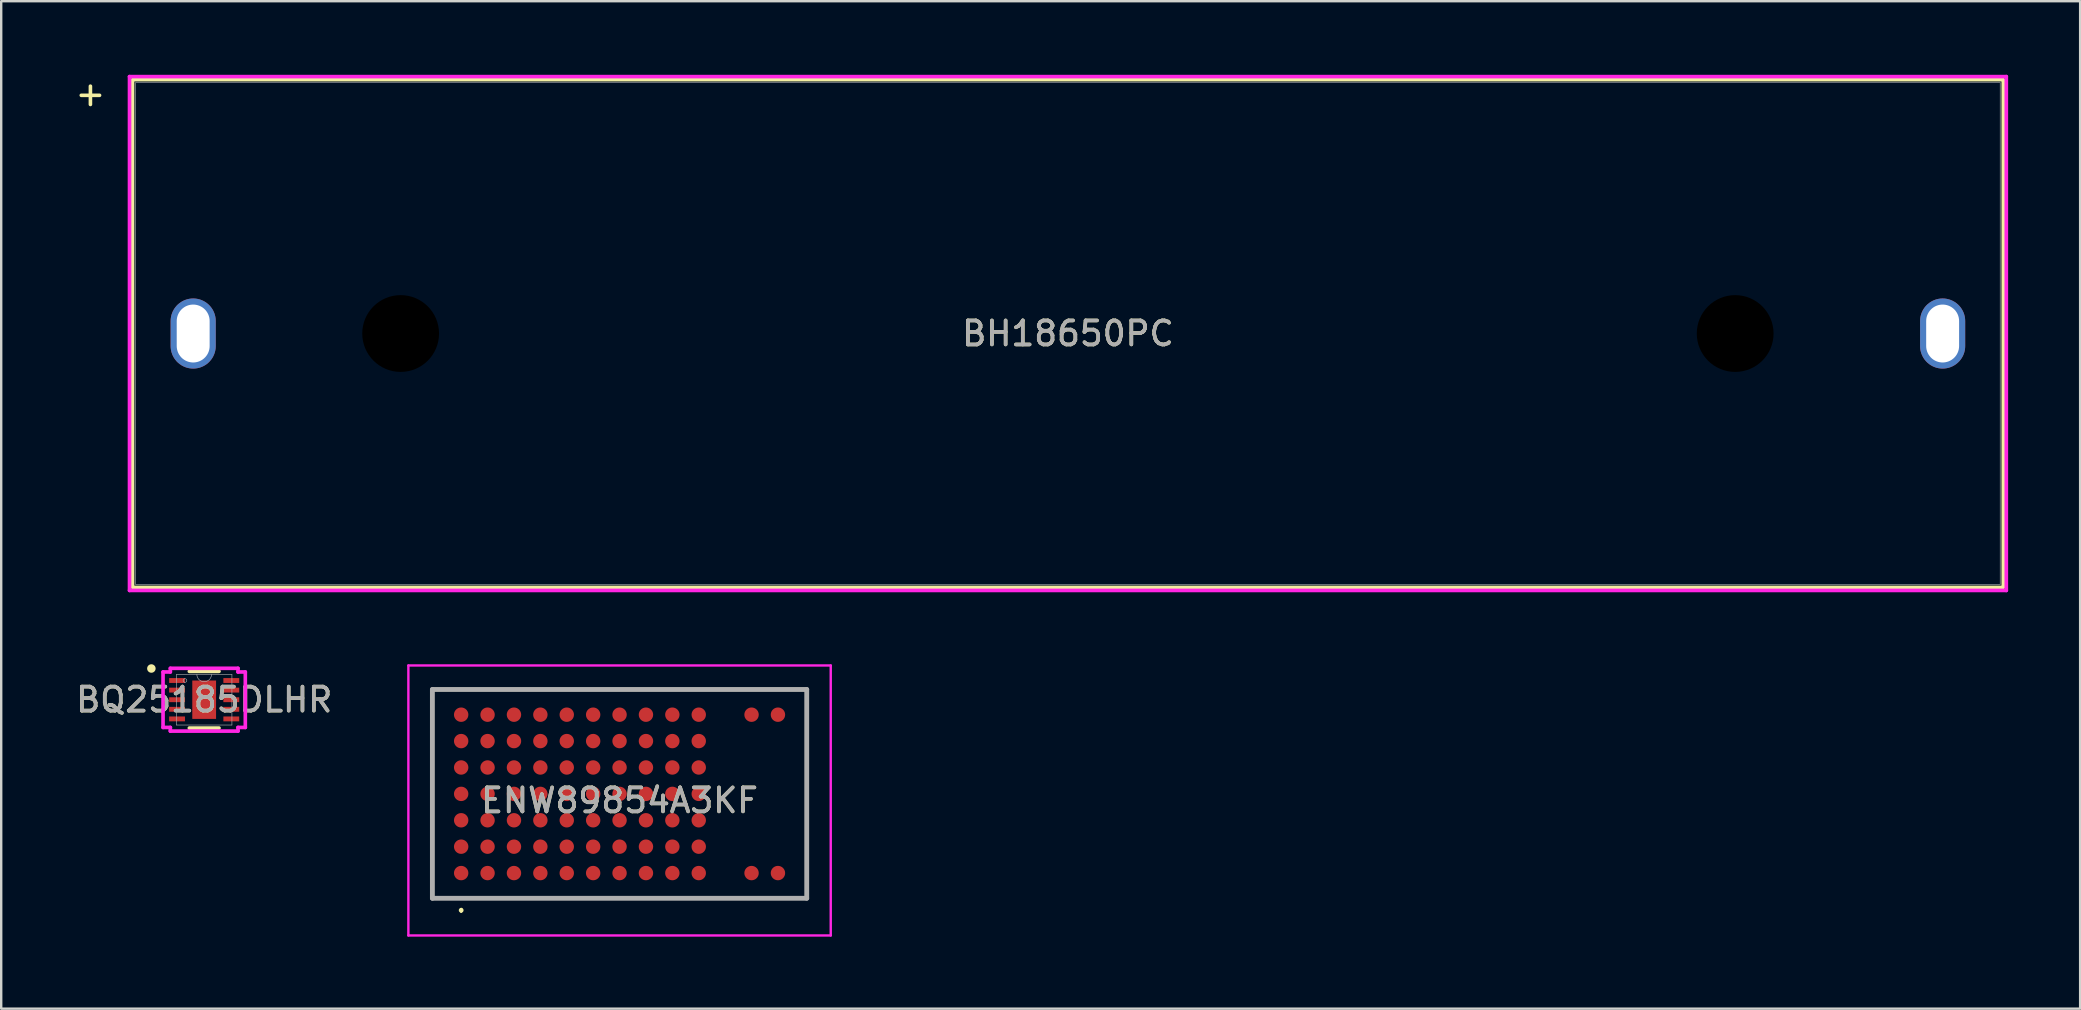
<source format=kicad_pcb>
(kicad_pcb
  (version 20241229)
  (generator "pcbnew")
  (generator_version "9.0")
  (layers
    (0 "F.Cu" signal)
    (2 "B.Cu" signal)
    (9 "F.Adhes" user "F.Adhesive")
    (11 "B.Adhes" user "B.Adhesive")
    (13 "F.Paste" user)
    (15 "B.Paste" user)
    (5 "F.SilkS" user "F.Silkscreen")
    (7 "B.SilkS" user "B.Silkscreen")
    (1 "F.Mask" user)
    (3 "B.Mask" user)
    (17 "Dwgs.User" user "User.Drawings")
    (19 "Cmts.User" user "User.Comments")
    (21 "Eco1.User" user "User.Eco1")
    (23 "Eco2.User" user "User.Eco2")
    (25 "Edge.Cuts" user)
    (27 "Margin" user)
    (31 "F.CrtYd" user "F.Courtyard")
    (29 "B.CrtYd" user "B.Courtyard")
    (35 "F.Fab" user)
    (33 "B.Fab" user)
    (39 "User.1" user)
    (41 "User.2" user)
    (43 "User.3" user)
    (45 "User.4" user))
  (footprint "ENW89854A3KF"
    (layer "F.Cu")
    (at 22.767 30.031)
    (property "Reference" "ENW89854A3KF" (at 0 0.275 0) (layer "F.SilkS") (effects (font (size 1 1) (thickness 0.15))))
    (attr smd)
    (fp_line (start -6.6 4.8) (end -6.6 4.8) (stroke (width 0.1) (type solid)) (layer "F.SilkS"))
    (fp_line (start -6.6 4.9) (end -6.6 4.9) (stroke (width 0.1) (type solid)) (layer "F.SilkS"))
    (fp_arc (start -6.6 4.8) (mid -6.55 4.85) (end -6.6 4.9) (stroke (width 0.1) (type solid)) (layer "F.SilkS"))
    (fp_arc (start -6.6 4.9) (mid -6.65 4.85) (end -6.6 4.8) (stroke (width 0.1) (type solid)) (layer "F.SilkS"))
    (fp_poly (pts (xy -7.8 -4.35) (xy -7.8 4.35) (xy 7.8 4.35) (xy 7.8 -4.35)) (stroke (width 0.15) (type solid)) (fill no) (layer "F.SilkS"))
    (fp_line (start -8.8 -5.35) (end 8.8 -5.35) (stroke (width 0.1) (type solid)) (layer "F.CrtYd"))
    (fp_line (start -8.8 5.9) (end -8.8 -5.35) (stroke (width 0.1) (type solid)) (layer "F.CrtYd"))
    (fp_line (start 8.8 -5.35) (end 8.8 5.9) (stroke (width 0.1) (type solid)) (layer "F.CrtYd"))
    (fp_line (start 8.8 5.9) (end -8.8 5.9) (stroke (width 0.1) (type solid)) (layer "F.CrtYd"))
    (fp_line (start -7.8 -4.35) (end 7.8 -4.35) (stroke (width 0.2) (type solid)) (layer "F.Fab"))
    (fp_line (start -7.8 4.35) (end -7.8 -4.35) (stroke (width 0.2) (type solid)) (layer "F.Fab"))
    (fp_line (start 7.8 -4.35) (end 7.8 4.35) (stroke (width 0.2) (type solid)) (layer "F.Fab"))
    (fp_line (start 7.8 4.35) (end -7.8 4.35) (stroke (width 0.2) (type solid)) (layer "F.Fab"))
    (fp_text user "${REFERENCE}" (at 0 0.275 0) (layer "F.Fab") (effects (font (size 1 1) (thickness 0.15))))
    (pad "A1" smd circle (at -6.6 3.3 90) (size 0.6 0.6) (layers "F.Cu" "F.Mask" "F.Paste"))
    (pad "A2" smd circle (at -5.5 3.3 90) (size 0.6 0.6) (layers "F.Cu" "F.Mask" "F.Paste"))
    (pad "A3" smd circle (at -4.4 3.3 90) (size 0.6 0.6) (layers "F.Cu" "F.Mask" "F.Paste"))
    (pad "A4" smd circle (at -3.3 3.3 90) (size 0.6 0.6) (layers "F.Cu" "F.Mask" "F.Paste"))
    (pad "A5" smd circle (at -2.2 3.3 90) (size 0.6 0.6) (layers "F.Cu" "F.Mask" "F.Paste"))
    (pad "A6" smd circle (at -1.1 3.3 90) (size 0.6 0.6) (layers "F.Cu" "F.Mask" "F.Paste"))
    (pad "A7" smd circle (at 0 3.3 90) (size 0.6 0.6) (layers "F.Cu" "F.Mask" "F.Paste"))
    (pad "A8" smd circle (at 1.1 3.3 90) (size 0.6 0.6) (layers "F.Cu" "F.Mask" "F.Paste"))
    (pad "A9" smd circle (at 2.2 3.3 90) (size 0.6 0.6) (layers "F.Cu" "F.Mask" "F.Paste"))
    (pad "A10" smd circle (at 3.3 3.3 90) (size 0.6 0.6) (layers "F.Cu" "F.Mask" "F.Paste"))
    (pad "A12" smd circle (at 5.5 3.3 90) (size 0.6 0.6) (layers "F.Cu" "F.Mask" "F.Paste"))
    (pad "A13" smd circle (at 6.6 3.3 90) (size 0.6 0.6) (layers "F.Cu" "F.Mask" "F.Paste"))
    (pad "B1" smd circle (at -6.6 2.2 90) (size 0.6 0.6) (layers "F.Cu" "F.Mask" "F.Paste"))
    (pad "B2" smd circle (at -5.5 2.2 90) (size 0.6 0.6) (layers "F.Cu" "F.Mask" "F.Paste"))
    (pad "B3" smd circle (at -4.4 2.2 90) (size 0.6 0.6) (layers "F.Cu" "F.Mask" "F.Paste"))
    (pad "B4" smd circle (at -3.3 2.2 90) (size 0.6 0.6) (layers "F.Cu" "F.Mask" "F.Paste"))
    (pad "B5" smd circle (at -2.2 2.2 90) (size 0.6 0.6) (layers "F.Cu" "F.Mask" "F.Paste"))
    (pad "B6" smd circle (at -1.1 2.2 90) (size 0.6 0.6) (layers "F.Cu" "F.Mask" "F.Paste"))
    (pad "B7" smd circle (at 0 2.2 90) (size 0.6 0.6) (layers "F.Cu" "F.Mask" "F.Paste"))
    (pad "B8" smd circle (at 1.1 2.2 90) (size 0.6 0.6) (layers "F.Cu" "F.Mask" "F.Paste"))
    (pad "B9" smd circle (at 2.2 2.2 90) (size 0.6 0.6) (layers "F.Cu" "F.Mask" "F.Paste"))
    (pad "B10" smd circle (at 3.3 2.2 90) (size 0.6 0.6) (layers "F.Cu" "F.Mask" "F.Paste"))
    (pad "C1" smd circle (at -6.6 1.1 90) (size 0.6 0.6) (layers "F.Cu" "F.Mask" "F.Paste"))
    (pad "C2" smd circle (at -5.5 1.1 90) (size 0.6 0.6) (layers "F.Cu" "F.Mask" "F.Paste"))
    (pad "C3" smd circle (at -4.4 1.1 90) (size 0.6 0.6) (layers "F.Cu" "F.Mask" "F.Paste"))
    (pad "C4" smd circle (at -3.3 1.1 90) (size 0.6 0.6) (layers "F.Cu" "F.Mask" "F.Paste"))
    (pad "C5" smd circle (at -2.2 1.1 90) (size 0.6 0.6) (layers "F.Cu" "F.Mask" "F.Paste"))
    (pad "C6" smd circle (at -1.1 1.1 90) (size 0.6 0.6) (layers "F.Cu" "F.Mask" "F.Paste"))
    (pad "C7" smd circle (at 0 1.1 90) (size 0.6 0.6) (layers "F.Cu" "F.Mask" "F.Paste"))
    (pad "C8" smd circle (at 1.1 1.1 90) (size 0.6 0.6) (layers "F.Cu" "F.Mask" "F.Paste"))
    (pad "C9" smd circle (at 2.2 1.1 90) (size 0.6 0.6) (layers "F.Cu" "F.Mask" "F.Paste"))
    (pad "C10" smd circle (at 3.3 1.1 90) (size 0.6 0.6) (layers "F.Cu" "F.Mask" "F.Paste"))
    (pad "D1" smd circle (at -6.6 0 90) (size 0.6 0.6) (layers "F.Cu" "F.Mask" "F.Paste"))
    (pad "D2" smd circle (at -5.5 0 90) (size 0.6 0.6) (layers "F.Cu" "F.Mask" "F.Paste"))
    (pad "D3" smd circle (at -4.4 0 90) (size 0.6 0.6) (layers "F.Cu" "F.Mask" "F.Paste"))
    (pad "D4" smd circle (at -3.3 0 90) (size 0.6 0.6) (layers "F.Cu" "F.Mask" "F.Paste"))
    (pad "D5" smd circle (at -2.2 0 90) (size 0.6 0.6) (layers "F.Cu" "F.Mask" "F.Paste"))
    (pad "D6" smd circle (at -1.1 0 90) (size 0.6 0.6) (layers "F.Cu" "F.Mask" "F.Paste"))
    (pad "D7" smd circle (at 0 0 90) (size 0.6 0.6) (layers "F.Cu" "F.Mask" "F.Paste"))
    (pad "D8" smd circle (at 1.1 0 90) (size 0.6 0.6) (layers "F.Cu" "F.Mask" "F.Paste"))
    (pad "D9" smd circle (at 2.2 0 90) (size 0.6 0.6) (layers "F.Cu" "F.Mask" "F.Paste"))
    (pad "D10" smd circle (at 3.3 0 90) (size 0.6 0.6) (layers "F.Cu" "F.Mask" "F.Paste"))
    (pad "E1" smd circle (at -6.6 -1.1 90) (size 0.6 0.6) (layers "F.Cu" "F.Mask" "F.Paste"))
    (pad "E2" smd circle (at -5.5 -1.1 90) (size 0.6 0.6) (layers "F.Cu" "F.Mask" "F.Paste"))
    (pad "E3" smd circle (at -4.4 -1.1 90) (size 0.6 0.6) (layers "F.Cu" "F.Mask" "F.Paste"))
    (pad "E4" smd circle (at -3.3 -1.1 90) (size 0.6 0.6) (layers "F.Cu" "F.Mask" "F.Paste"))
    (pad "E5" smd circle (at -2.2 -1.1 90) (size 0.6 0.6) (layers "F.Cu" "F.Mask" "F.Paste"))
    (pad "E6" smd circle (at -1.1 -1.1 90) (size 0.6 0.6) (layers "F.Cu" "F.Mask" "F.Paste"))
    (pad "E7" smd circle (at 0 -1.1 90) (size 0.6 0.6) (layers "F.Cu" "F.Mask" "F.Paste"))
    (pad "E8" smd circle (at 1.1 -1.1 90) (size 0.6 0.6) (layers "F.Cu" "F.Mask" "F.Paste"))
    (pad "E9" smd circle (at 2.2 -1.1 90) (size 0.6 0.6) (layers "F.Cu" "F.Mask" "F.Paste"))
    (pad "E10" smd circle (at 3.3 -1.1 90) (size 0.6 0.6) (layers "F.Cu" "F.Mask" "F.Paste"))
    (pad "F1" smd circle (at -6.6 -2.2 90) (size 0.6 0.6) (layers "F.Cu" "F.Mask" "F.Paste"))
    (pad "F2" smd circle (at -5.5 -2.2 90) (size 0.6 0.6) (layers "F.Cu" "F.Mask" "F.Paste"))
    (pad "F3" smd circle (at -4.4 -2.2 90) (size 0.6 0.6) (layers "F.Cu" "F.Mask" "F.Paste"))
    (pad "F4" smd circle (at -3.3 -2.2 90) (size 0.6 0.6) (layers "F.Cu" "F.Mask" "F.Paste"))
    (pad "F5" smd circle (at -2.2 -2.2 90) (size 0.6 0.6) (layers "F.Cu" "F.Mask" "F.Paste"))
    (pad "F6" smd circle (at -1.1 -2.2 90) (size 0.6 0.6) (layers "F.Cu" "F.Mask" "F.Paste"))
    (pad "F7" smd circle (at 0 -2.2 90) (size 0.6 0.6) (layers "F.Cu" "F.Mask" "F.Paste"))
    (pad "F8" smd circle (at 1.1 -2.2 90) (size 0.6 0.6) (layers "F.Cu" "F.Mask" "F.Paste"))
    (pad "F9" smd circle (at 2.2 -2.2 90) (size 0.6 0.6) (layers "F.Cu" "F.Mask" "F.Paste"))
    (pad "F10" smd circle (at 3.3 -2.2 90) (size 0.6 0.6) (layers "F.Cu" "F.Mask" "F.Paste"))
    (pad "G1" smd circle (at -6.6 -3.3 90) (size 0.6 0.6) (layers "F.Cu" "F.Mask" "F.Paste"))
    (pad "G2" smd circle (at -5.5 -3.3 90) (size 0.6 0.6) (layers "F.Cu" "F.Mask" "F.Paste"))
    (pad "G3" smd circle (at -4.4 -3.3 90) (size 0.6 0.6) (layers "F.Cu" "F.Mask" "F.Paste"))
    (pad "G4" smd circle (at -3.3 -3.3 90) (size 0.6 0.6) (layers "F.Cu" "F.Mask" "F.Paste"))
    (pad "G5" smd circle (at -2.2 -3.3 90) (size 0.6 0.6) (layers "F.Cu" "F.Mask" "F.Paste"))
    (pad "G6" smd circle (at -1.1 -3.3 90) (size 0.6 0.6) (layers "F.Cu" "F.Mask" "F.Paste"))
    (pad "G7" smd circle (at 0 -3.3 90) (size 0.6 0.6) (layers "F.Cu" "F.Mask" "F.Paste"))
    (pad "G8" smd circle (at 1.1 -3.3 90) (size 0.6 0.6) (layers "F.Cu" "F.Mask" "F.Paste"))
    (pad "G9" smd circle (at 2.2 -3.3 90) (size 0.6 0.6) (layers "F.Cu" "F.Mask" "F.Paste"))
    (pad "G10" smd circle (at 3.3 -3.3 90) (size 0.6 0.6) (layers "F.Cu" "F.Mask" "F.Paste"))
    (pad "G12" smd circle (at 5.5 -3.3 90) (size 0.6 0.6) (layers "F.Cu" "F.Mask" "F.Paste"))
    (pad "G13" smd circle (at 6.6 -3.3 90) (size 0.6 0.6) (layers "F.Cu" "F.Mask" "F.Paste"))
    (zone (net_name "") (layers "F.Cu" "B.Cu") (hatch edge 0.5) (connect_pads) (min_thickness 0.25) (filled_areas_thickness no) (keepout (tracks not_allowed) (vias not_allowed) (pads not_allowed) (copperpour not_allowed) (footprints not_allowed)) (placement (enabled no)) (fill) (polygon (pts (xy 27.617 27.531) (xy 30.617 27.531) (xy 30.617 32.531) (xy 27.617 32.531)))))
  (footprint "BH18650PC"
    (layer "F.Cu")
    (at 5 10.848)
    (property "Reference" "BH18650PC" (at 36.45 0 0) (unlocked yes) (layer "F.SilkS") (effects (font (size 1 1) (thickness 0.15))))
    (attr through_hole)
    (fp_poly (pts (xy 75.426 -10.579) (xy 75.426 10.579) (xy -2.526 10.579) (xy -2.526 -10.579)) (stroke (width 0.15) (type solid)) (fill no) (layer "F.SilkS"))
    (fp_line (start -2.653 -10.706) (end -2.653 10.706) (stroke (width 0.152) (type solid)) (layer "F.CrtYd"))
    (fp_line (start -2.653 10.706) (end 75.553 10.706) (stroke (width 0.152) (type solid)) (layer "F.CrtYd"))
    (fp_line (start 75.553 -10.706) (end -2.653 -10.706) (stroke (width 0.152) (type solid)) (layer "F.CrtYd"))
    (fp_line (start 75.553 10.706) (end 75.553 -10.706) (stroke (width 0.152) (type solid)) (layer "F.CrtYd"))
    (fp_line (start -2.399 -10.452) (end -2.399 10.452) (stroke (width 0.025) (type solid)) (layer "F.Fab"))
    (fp_line (start -2.399 10.452) (end 75.299 10.452) (stroke (width 0.025) (type solid)) (layer "F.Fab"))
    (fp_line (start 75.299 -10.452) (end -2.399 -10.452) (stroke (width 0.025) (type solid)) (layer "F.Fab"))
    (fp_line (start 75.299 10.452) (end 75.299 -10.452) (stroke (width 0.025) (type solid)) (layer "F.Fab"))
    (fp_text user "+" (at -5 -10 0) (unlocked yes) (layer "F.SilkS") (effects (font (size 1 1) (thickness 0.15)) (justify left)))
    (fp_text user "${REFERENCE}" (at 36.45 0 0) (unlocked yes) (layer "F.Fab") (effects (font (size 1 1) (thickness 0.15))))
    (pad "" np_thru_hole circle (at 8.645 0) (size 3.2 3.2) (drill 3.2) (layers))
    (pad "" np_thru_hole circle (at 64.255 0) (size 3.2 3.2) (drill 3.2) (layers))
    (pad "1" thru_hole oval (at 0 0) (size 1.88 2.921) (drill oval 1.372 2.413) (layers "*.Cu" "*.Mask"))
    (pad "2" thru_hole oval (at 72.9 0) (size 1.88 2.921) (drill oval 1.372 2.413) (layers "*.Cu" "*.Mask")))
  (footprint "BQ25185DLHR"
    (layer "F.Cu")
    (at 5.458 26.107)
    (property "Reference" "BQ25185DLHR" (at 0 0 0) (unlocked yes) (layer "F.SilkS") (effects (font (size 1 1) (thickness 0.15))))
    (attr smd)
    (fp_line (start -0.619 1.181) (end 0.619 1.181) (stroke (width 0.15) (type solid)) (layer "F.SilkS"))
    (fp_line (start 0.619 -1.181) (end -0.619 -1.181) (stroke (width 0.15) (type solid)) (layer "F.SilkS"))
    (fp_circle (center -2.2 -1.3) (end -2.098 -1.3) (stroke (width 0.15) (type solid)) (fill yes) (layer "F.SilkS"))
    (fp_line (start -1.714 -1.156) (end -1.41 -1.156) (stroke (width 0.152) (type solid)) (layer "F.CrtYd"))
    (fp_line (start -1.714 1.156) (end -1.714 -1.156) (stroke (width 0.152) (type solid)) (layer "F.CrtYd"))
    (fp_line (start -1.714 1.156) (end -1.41 1.156) (stroke (width 0.152) (type solid)) (layer "F.CrtYd"))
    (fp_line (start -1.41 -1.308) (end 1.41 -1.308) (stroke (width 0.152) (type solid)) (layer "F.CrtYd"))
    (fp_line (start -1.41 -1.156) (end -1.41 -1.308) (stroke (width 0.152) (type solid)) (layer "F.CrtYd"))
    (fp_line (start -1.41 1.308) (end -1.41 1.156) (stroke (width 0.152) (type solid)) (layer "F.CrtYd"))
    (fp_line (start 1.41 -1.308) (end 1.41 -1.156) (stroke (width 0.152) (type solid)) (layer "F.CrtYd"))
    (fp_line (start 1.41 1.156) (end 1.41 1.308) (stroke (width 0.152) (type solid)) (layer "F.CrtYd"))
    (fp_line (start 1.41 1.308) (end -1.41 1.308) (stroke (width 0.152) (type solid)) (layer "F.CrtYd"))
    (fp_line (start 1.714 -1.156) (end 1.41 -1.156) (stroke (width 0.152) (type solid)) (layer "F.CrtYd"))
    (fp_line (start 1.714 -1.156) (end 1.714 1.156) (stroke (width 0.152) (type solid)) (layer "F.CrtYd"))
    (fp_line (start 1.714 1.156) (end 1.41 1.156) (stroke (width 0.152) (type solid)) (layer "F.CrtYd"))
    (fp_line (start -1.156 -1.054) (end -1.156 1.054) (stroke (width 0.025) (type solid)) (layer "F.Fab"))
    (fp_line (start -1.156 1.054) (end 1.156 1.054) (stroke (width 0.025) (type solid)) (layer "F.Fab"))
    (fp_line (start 1.156 -1.054) (end -1.156 -1.054) (stroke (width 0.025) (type solid)) (layer "F.Fab"))
    (fp_line (start 1.156 1.054) (end 1.156 -1.054) (stroke (width 0.025) (type solid)) (layer "F.Fab"))
    (fp_arc (start 0.3048 -1.0541) (mid 0 -0.7493) (end -0.3048 -1.0541) (stroke (width 0.0254) (type solid)) (layer "F.Fab"))
    (fp_circle (center -0.8 -0.8) (end -0.724 -0.8) (stroke (width 0.025) (type solid)) (fill no) (layer "F.Fab"))
    (fp_text user "${REFERENCE}" (at 0 0 0) (unlocked yes) (layer "F.Fab") (effects (font (size 1 1) (thickness 0.15))))
    (pad "1" smd rect (at -1.13 -0.8) (size 0.66 0.203) (layers "F.Cu" "F.Mask" "F.Paste"))
    (pad "2" smd rect (at -1.13 -0.4) (size 0.66 0.203) (layers "F.Cu" "F.Mask" "F.Paste"))
    (pad "3" smd rect (at -1.13 0) (size 0.66 0.203) (layers "F.Cu" "F.Mask" "F.Paste"))
    (pad "4" smd rect (at -1.13 0.4) (size 0.66 0.203) (layers "F.Cu" "F.Mask" "F.Paste"))
    (pad "5" smd rect (at -1.13 0.8) (size 0.66 0.203) (layers "F.Cu" "F.Mask" "F.Paste"))
    (pad "6" smd rect (at 1.13 0.8) (size 0.66 0.203) (layers "F.Cu" "F.Mask" "F.Paste"))
    (pad "7" smd rect (at 1.13 0.4) (size 0.66 0.203) (layers "F.Cu" "F.Mask" "F.Paste"))
    (pad "8" smd rect (at 1.13 0) (size 0.66 0.203) (layers "F.Cu" "F.Mask" "F.Paste"))
    (pad "9" smd rect (at 1.13 -0.4) (size 0.66 0.203) (layers "F.Cu" "F.Mask" "F.Paste"))
    (pad "10" smd rect (at 1.13 -0.8) (size 0.66 0.203) (layers "F.Cu" "F.Mask" "F.Paste"))
    (pad "11" smd rect (at 0 0) (size 0.991 1.6) (layers "F.Cu" "F.Mask" "F.Paste")))
  (gr_rect
    (start -3 -3)
    (end 83.63 38.981)
    (stroke (width 0.1) (type default))
    (fill no)
    (layer "Edge.Cuts")))
</source>
